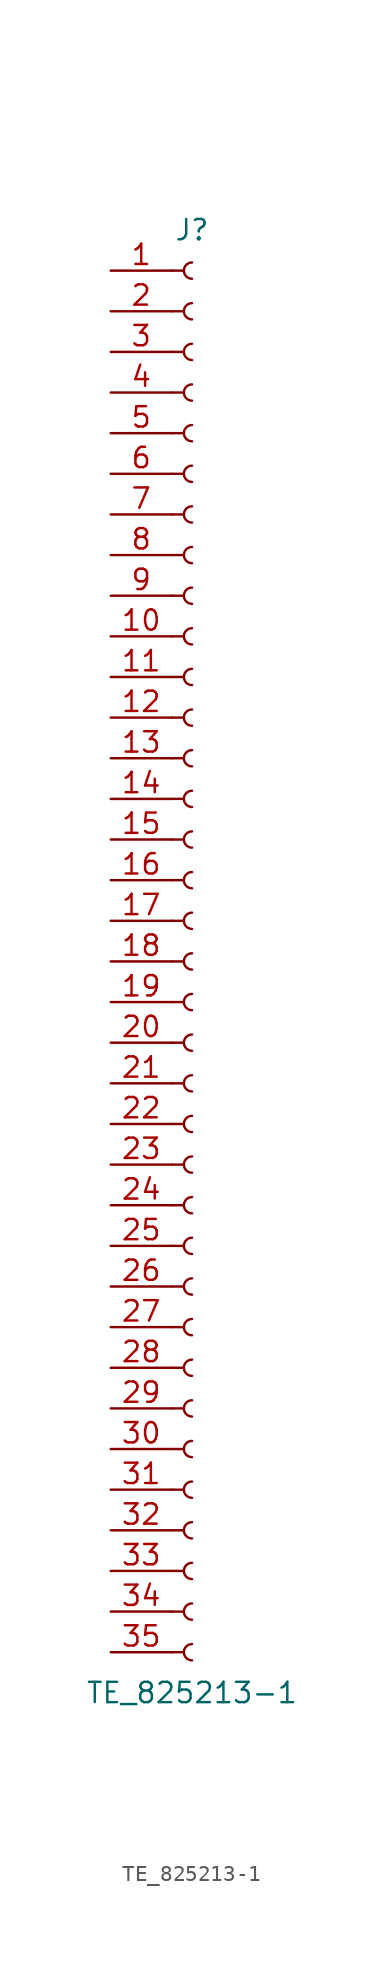
<source format=kicad_sym>
(kicad_symbol_lib
  (version 20211014)
  (generator kicad_symbol_editor)
  (symbol "TE_825213-1"
    (pin_names
      (offset 1.016) hide)
    (property "Reference" "J"
      (at 0 45.72 0)
      (effects (font (size 1.27 1.27))))
    (property "Value" "TE_825213-1"
      (at 0 -45.72 0)
      (effects (font (size 1.27 1.27))))
    (symbol "TE_825213-1_1_1"
      (arc (start 0 -42.672) (mid -0.508 -43.18) (end 0 -43.688) (stroke (width 0.1524) (type default) (color 0 0 0 0)) (fill (type none)))
      (arc (start 0 -40.132) (mid -0.508 -40.64) (end 0 -41.148) (stroke (width 0.1524) (type default) (color 0 0 0 0)) (fill (type none)))
      (arc (start 0 -37.592) (mid -0.508 -38.1) (end 0 -38.608) (stroke (width 0.1524) (type default) (color 0 0 0 0)) (fill (type none)))
      (arc (start 0 -35.052) (mid -0.508 -35.56) (end 0 -36.068) (stroke (width 0.1524) (type default) (color 0 0 0 0)) (fill (type none)))
      (arc (start 0 -32.512) (mid -0.508 -33.02) (end 0 -33.528) (stroke (width 0.1524) (type default) (color 0 0 0 0)) (fill (type none)))
      (arc (start 0 -29.972) (mid -0.508 -30.48) (end 0 -30.988) (stroke (width 0.1524) (type default) (color 0 0 0 0)) (fill (type none)))
      (arc (start 0 -27.432) (mid -0.508 -27.94) (end 0 -28.448) (stroke (width 0.1524) (type default) (color 0 0 0 0)) (fill (type none)))
      (arc (start 0 -24.892) (mid -0.508 -25.4) (end 0 -25.908) (stroke (width 0.1524) (type default) (color 0 0 0 0)) (fill (type none)))
      (arc (start 0 -22.352) (mid -0.508 -22.86) (end 0 -23.368) (stroke (width 0.1524) (type default) (color 0 0 0 0)) (fill (type none)))
      (arc (start 0 -19.812) (mid -0.508 -20.32) (end 0 -20.828) (stroke (width 0.1524) (type default) (color 0 0 0 0)) (fill (type none)))
      (arc (start 0 -17.272) (mid -0.508 -17.78) (end 0 -18.288) (stroke (width 0.1524) (type default) (color 0 0 0 0)) (fill (type none)))
      (arc (start 0 -14.732) (mid -0.508 -15.24) (end 0 -15.748) (stroke (width 0.1524) (type default) (color 0 0 0 0)) (fill (type none)))
      (arc (start 0 -12.192) (mid -0.508 -12.7) (end 0 -13.208) (stroke (width 0.1524) (type default) (color 0 0 0 0)) (fill (type none)))
      (arc (start 0 -9.652) (mid -0.508 -10.16) (end 0 -10.668) (stroke (width 0.1524) (type default) (color 0 0 0 0)) (fill (type none)))
      (arc (start 0 -7.112) (mid -0.508 -7.62) (end 0 -8.128) (stroke (width 0.1524) (type default) (color 0 0 0 0)) (fill (type none)))
      (arc (start 0 -4.572) (mid -0.508 -5.08) (end 0 -5.588) (stroke (width 0.1524) (type default) (color 0 0 0 0)) (fill (type none)))
      (arc (start 0 -2.032) (mid -0.508 -2.54) (end 0 -3.048) (stroke (width 0.1524) (type default) (color 0 0 0 0)) (fill (type none)))
      (polyline (pts (xy -1.27 -43.18) (xy -0.508 -43.18)) (stroke (width 0.152) (type default) (color 0 0 0 0)) (fill (type none)))
      (polyline (pts (xy -1.27 -40.64) (xy -0.508 -40.64)) (stroke (width 0.152) (type default) (color 0 0 0 0)) (fill (type none)))
      (polyline (pts (xy -1.27 -38.1) (xy -0.508 -38.1)) (stroke (width 0.152) (type default) (color 0 0 0 0)) (fill (type none)))
      (polyline (pts (xy -1.27 -35.56) (xy -0.508 -35.56)) (stroke (width 0.152) (type default) (color 0 0 0 0)) (fill (type none)))
      (polyline (pts (xy -1.27 -33.02) (xy -0.508 -33.02)) (stroke (width 0.152) (type default) (color 0 0 0 0)) (fill (type none)))
      (polyline (pts (xy -1.27 -30.48) (xy -0.508 -30.48)) (stroke (width 0.152) (type default) (color 0 0 0 0)) (fill (type none)))
      (polyline (pts (xy -1.27 -27.94) (xy -0.508 -27.94)) (stroke (width 0.152) (type default) (color 0 0 0 0)) (fill (type none)))
      (polyline (pts (xy -1.27 -25.4) (xy -0.508 -25.4)) (stroke (width 0.152) (type default) (color 0 0 0 0)) (fill (type none)))
      (polyline (pts (xy -1.27 -22.86) (xy -0.508 -22.86)) (stroke (width 0.152) (type default) (color 0 0 0 0)) (fill (type none)))
      (polyline (pts (xy -1.27 -20.32) (xy -0.508 -20.32)) (stroke (width 0.152) (type default) (color 0 0 0 0)) (fill (type none)))
      (polyline (pts (xy -1.27 -17.78) (xy -0.508 -17.78)) (stroke (width 0.152) (type default) (color 0 0 0 0)) (fill (type none)))
      (polyline (pts (xy -1.27 -15.24) (xy -0.508 -15.24)) (stroke (width 0.152) (type default) (color 0 0 0 0)) (fill (type none)))
      (polyline (pts (xy -1.27 -12.7) (xy -0.508 -12.7)) (stroke (width 0.152) (type default) (color 0 0 0 0)) (fill (type none)))
      (polyline (pts (xy -1.27 -10.16) (xy -0.508 -10.16)) (stroke (width 0.152) (type default) (color 0 0 0 0)) (fill (type none)))
      (polyline (pts (xy -1.27 -7.62) (xy -0.508 -7.62)) (stroke (width 0.152) (type default) (color 0 0 0 0)) (fill (type none)))
      (polyline (pts (xy -1.27 -5.08) (xy -0.508 -5.08)) (stroke (width 0.152) (type default) (color 0 0 0 0)) (fill (type none)))
      (polyline (pts (xy -1.27 -2.54) (xy -0.508 -2.54)) (stroke (width 0.152) (type default) (color 0 0 0 0)) (fill (type none)))
      (polyline (pts (xy -1.27 0) (xy -0.508 0)) (stroke (width 0.152) (type default) (color 0 0 0 0)) (fill (type none)))
      (polyline (pts (xy -1.27 2.54) (xy -0.508 2.54)) (stroke (width 0.152) (type default) (color 0 0 0 0)) (fill (type none)))
      (polyline (pts (xy -1.27 5.08) (xy -0.508 5.08)) (stroke (width 0.152) (type default) (color 0 0 0 0)) (fill (type none)))
      (polyline (pts (xy -1.27 7.62) (xy -0.508 7.62)) (stroke (width 0.152) (type default) (color 0 0 0 0)) (fill (type none)))
      (polyline (pts (xy -1.27 10.16) (xy -0.508 10.16)) (stroke (width 0.152) (type default) (color 0 0 0 0)) (fill (type none)))
      (polyline (pts (xy -1.27 12.7) (xy -0.508 12.7)) (stroke (width 0.152) (type default) (color 0 0 0 0)) (fill (type none)))
      (polyline (pts (xy -1.27 15.24) (xy -0.508 15.24)) (stroke (width 0.152) (type default) (color 0 0 0 0)) (fill (type none)))
      (polyline (pts (xy -1.27 17.78) (xy -0.508 17.78)) (stroke (width 0.152) (type default) (color 0 0 0 0)) (fill (type none)))
      (polyline (pts (xy -1.27 20.32) (xy -0.508 20.32)) (stroke (width 0.152) (type default) (color 0 0 0 0)) (fill (type none)))
      (polyline (pts (xy -1.27 22.86) (xy -0.508 22.86)) (stroke (width 0.152) (type default) (color 0 0 0 0)) (fill (type none)))
      (polyline (pts (xy -1.27 25.4) (xy -0.508 25.4)) (stroke (width 0.152) (type default) (color 0 0 0 0)) (fill (type none)))
      (polyline (pts (xy -1.27 27.94) (xy -0.508 27.94)) (stroke (width 0.152) (type default) (color 0 0 0 0)) (fill (type none)))
      (polyline (pts (xy -1.27 30.48) (xy -0.508 30.48)) (stroke (width 0.152) (type default) (color 0 0 0 0)) (fill (type none)))
      (polyline (pts (xy -1.27 33.02) (xy -0.508 33.02)) (stroke (width 0.152) (type default) (color 0 0 0 0)) (fill (type none)))
      (polyline (pts (xy -1.27 35.56) (xy -0.508 35.56)) (stroke (width 0.152) (type default) (color 0 0 0 0)) (fill (type none)))
      (polyline (pts (xy -1.27 38.1) (xy -0.508 38.1)) (stroke (width 0.152) (type default) (color 0 0 0 0)) (fill (type none)))
      (polyline (pts (xy -1.27 40.64) (xy -0.508 40.64)) (stroke (width 0.152) (type default) (color 0 0 0 0)) (fill (type none)))
      (polyline (pts (xy -1.27 43.18) (xy -0.508 43.18)) (stroke (width 0.152) (type default) (color 0 0 0 0)) (fill (type none)))
      (arc (start 0 0.508) (mid -0.508 0) (end 0 -0.508) (stroke (width 0.1524) (type default) (color 0 0 0 0)) (fill (type none)))
      (arc (start 0 3.048) (mid -0.508 2.54) (end 0 2.032) (stroke (width 0.1524) (type default) (color 0 0 0 0)) (fill (type none)))
      (arc (start 0 5.588) (mid -0.508 5.08) (end 0 4.572) (stroke (width 0.1524) (type default) (color 0 0 0 0)) (fill (type none)))
      (arc (start 0 8.128) (mid -0.508 7.62) (end 0 7.112) (stroke (width 0.1524) (type default) (color 0 0 0 0)) (fill (type none)))
      (arc (start 0 10.668) (mid -0.508 10.16) (end 0 9.652) (stroke (width 0.1524) (type default) (color 0 0 0 0)) (fill (type none)))
      (arc (start 0 13.208) (mid -0.508 12.7) (end 0 12.192) (stroke (width 0.1524) (type default) (color 0 0 0 0)) (fill (type none)))
      (arc (start 0 15.748) (mid -0.508 15.24) (end 0 14.732) (stroke (width 0.1524) (type default) (color 0 0 0 0)) (fill (type none)))
      (arc (start 0 18.288) (mid -0.508 17.78) (end 0 17.272) (stroke (width 0.1524) (type default) (color 0 0 0 0)) (fill (type none)))
      (arc (start 0 20.828) (mid -0.508 20.32) (end 0 19.812) (stroke (width 0.1524) (type default) (color 0 0 0 0)) (fill (type none)))
      (arc (start 0 23.368) (mid -0.508 22.86) (end 0 22.352) (stroke (width 0.1524) (type default) (color 0 0 0 0)) (fill (type none)))
      (arc (start 0 25.908) (mid -0.508 25.4) (end 0 24.892) (stroke (width 0.1524) (type default) (color 0 0 0 0)) (fill (type none)))
      (arc (start 0 28.448) (mid -0.508 27.94) (end 0 27.432) (stroke (width 0.1524) (type default) (color 0 0 0 0)) (fill (type none)))
      (arc (start 0 30.988) (mid -0.508 30.48) (end 0 29.972) (stroke (width 0.1524) (type default) (color 0 0 0 0)) (fill (type none)))
      (arc (start 0 33.528) (mid -0.508 33.02) (end 0 32.512) (stroke (width 0.1524) (type default) (color 0 0 0 0)) (fill (type none)))
      (arc (start 0 36.068) (mid -0.508 35.56) (end 0 35.052) (stroke (width 0.1524) (type default) (color 0 0 0 0)) (fill (type none)))
      (arc (start 0 38.608) (mid -0.508 38.1) (end 0 37.592) (stroke (width 0.1524) (type default) (color 0 0 0 0)) (fill (type none)))
      (arc (start 0 41.148) (mid -0.508 40.64) (end 0 40.132) (stroke (width 0.1524) (type default) (color 0 0 0 0)) (fill (type none)))
      (arc (start 0 43.688) (mid -0.508 43.18) (end 0 42.672) (stroke (width 0.1524) (type default) (color 0 0 0 0)) (fill (type none)))
      (pin passive line (at -5.08 43.18 0) (length 3.81) (name "Pin_1" (effects (font (size 1.27 1.27)))) (number "1" (effects (font (size 1.27 1.27)))))
      (pin passive line (at -5.08 20.32 0) (length 3.81) (name "Pin_10" (effects (font (size 1.27 1.27)))) (number "10" (effects (font (size 1.27 1.27)))))
      (pin passive line (at -5.08 17.78 0) (length 3.81) (name "Pin_11" (effects (font (size 1.27 1.27)))) (number "11" (effects (font (size 1.27 1.27)))))
      (pin passive line (at -5.08 15.24 0) (length 3.81) (name "Pin_12" (effects (font (size 1.27 1.27)))) (number "12" (effects (font (size 1.27 1.27)))))
      (pin passive line (at -5.08 12.7 0) (length 3.81) (name "Pin_13" (effects (font (size 1.27 1.27)))) (number "13" (effects (font (size 1.27 1.27)))))
      (pin passive line (at -5.08 10.16 0) (length 3.81) (name "Pin_14" (effects (font (size 1.27 1.27)))) (number "14" (effects (font (size 1.27 1.27)))))
      (pin passive line (at -5.08 7.62 0) (length 3.81) (name "Pin_15" (effects (font (size 1.27 1.27)))) (number "15" (effects (font (size 1.27 1.27)))))
      (pin passive line (at -5.08 5.08 0) (length 3.81) (name "Pin_16" (effects (font (size 1.27 1.27)))) (number "16" (effects (font (size 1.27 1.27)))))
      (pin passive line (at -5.08 2.54 0) (length 3.81) (name "Pin_17" (effects (font (size 1.27 1.27)))) (number "17" (effects (font (size 1.27 1.27)))))
      (pin passive line (at -5.08 0 0) (length 3.81) (name "Pin_18" (effects (font (size 1.27 1.27)))) (number "18" (effects (font (size 1.27 1.27)))))
      (pin passive line (at -5.08 -2.54 0) (length 3.81) (name "Pin_19" (effects (font (size 1.27 1.27)))) (number "19" (effects (font (size 1.27 1.27)))))
      (pin passive line (at -5.08 40.64 0) (length 3.81) (name "Pin_2" (effects (font (size 1.27 1.27)))) (number "2" (effects (font (size 1.27 1.27)))))
      (pin passive line (at -5.08 -5.08 0) (length 3.81) (name "Pin_20" (effects (font (size 1.27 1.27)))) (number "20" (effects (font (size 1.27 1.27)))))
      (pin passive line (at -5.08 -7.62 0) (length 3.81) (name "Pin_21" (effects (font (size 1.27 1.27)))) (number "21" (effects (font (size 1.27 1.27)))))
      (pin passive line (at -5.08 -10.16 0) (length 3.81) (name "Pin_22" (effects (font (size 1.27 1.27)))) (number "22" (effects (font (size 1.27 1.27)))))
      (pin passive line (at -5.08 -12.7 0) (length 3.81) (name "Pin_23" (effects (font (size 1.27 1.27)))) (number "23" (effects (font (size 1.27 1.27)))))
      (pin passive line (at -5.08 -15.24 0) (length 3.81) (name "Pin_24" (effects (font (size 1.27 1.27)))) (number "24" (effects (font (size 1.27 1.27)))))
      (pin passive line (at -5.08 -17.78 0) (length 3.81) (name "Pin_25" (effects (font (size 1.27 1.27)))) (number "25" (effects (font (size 1.27 1.27)))))
      (pin passive line (at -5.08 -20.32 0) (length 3.81) (name "Pin_26" (effects (font (size 1.27 1.27)))) (number "26" (effects (font (size 1.27 1.27)))))
      (pin passive line (at -5.08 -22.86 0) (length 3.81) (name "Pin_27" (effects (font (size 1.27 1.27)))) (number "27" (effects (font (size 1.27 1.27)))))
      (pin passive line (at -5.08 -25.4 0) (length 3.81) (name "Pin_28" (effects (font (size 1.27 1.27)))) (number "28" (effects (font (size 1.27 1.27)))))
      (pin passive line (at -5.08 -27.94 0) (length 3.81) (name "Pin_29" (effects (font (size 1.27 1.27)))) (number "29" (effects (font (size 1.27 1.27)))))
      (pin passive line (at -5.08 38.1 0) (length 3.81) (name "Pin_3" (effects (font (size 1.27 1.27)))) (number "3" (effects (font (size 1.27 1.27)))))
      (pin passive line (at -5.08 -30.48 0) (length 3.81) (name "Pin_30" (effects (font (size 1.27 1.27)))) (number "30" (effects (font (size 1.27 1.27)))))
      (pin passive line (at -5.08 -33.02 0) (length 3.81) (name "Pin_31" (effects (font (size 1.27 1.27)))) (number "31" (effects (font (size 1.27 1.27)))))
      (pin passive line (at -5.08 -35.56 0) (length 3.81) (name "Pin_32" (effects (font (size 1.27 1.27)))) (number "32" (effects (font (size 1.27 1.27)))))
      (pin passive line (at -5.08 -38.1 0) (length 3.81) (name "Pin_33" (effects (font (size 1.27 1.27)))) (number "33" (effects (font (size 1.27 1.27)))))
      (pin passive line (at -5.08 -40.64 0) (length 3.81) (name "Pin_34" (effects (font (size 1.27 1.27)))) (number "34" (effects (font (size 1.27 1.27)))))
      (pin passive line (at -5.08 -43.18 0) (length 3.81) (name "Pin_35" (effects (font (size 1.27 1.27)))) (number "35" (effects (font (size 1.27 1.27)))))
      (pin passive line (at -5.08 35.56 0) (length 3.81) (name "Pin_4" (effects (font (size 1.27 1.27)))) (number "4" (effects (font (size 1.27 1.27)))))
      (pin passive line (at -5.08 33.02 0) (length 3.81) (name "Pin_5" (effects (font (size 1.27 1.27)))) (number "5" (effects (font (size 1.27 1.27)))))
      (pin passive line (at -5.08 30.48 0) (length 3.81) (name "Pin_6" (effects (font (size 1.27 1.27)))) (number "6" (effects (font (size 1.27 1.27)))))
      (pin passive line (at -5.08 27.94 0) (length 3.81) (name "Pin_7" (effects (font (size 1.27 1.27)))) (number "7" (effects (font (size 1.27 1.27)))))
      (pin passive line (at -5.08 25.4 0) (length 3.81) (name "Pin_8" (effects (font (size 1.27 1.27)))) (number "8" (effects (font (size 1.27 1.27)))))
      (pin passive line (at -5.08 22.86 0) (length 3.81) (name "Pin_9" (effects (font (size 1.27 1.27)))) (number "9" (effects (font (size 1.27 1.27))))))))
</source>
